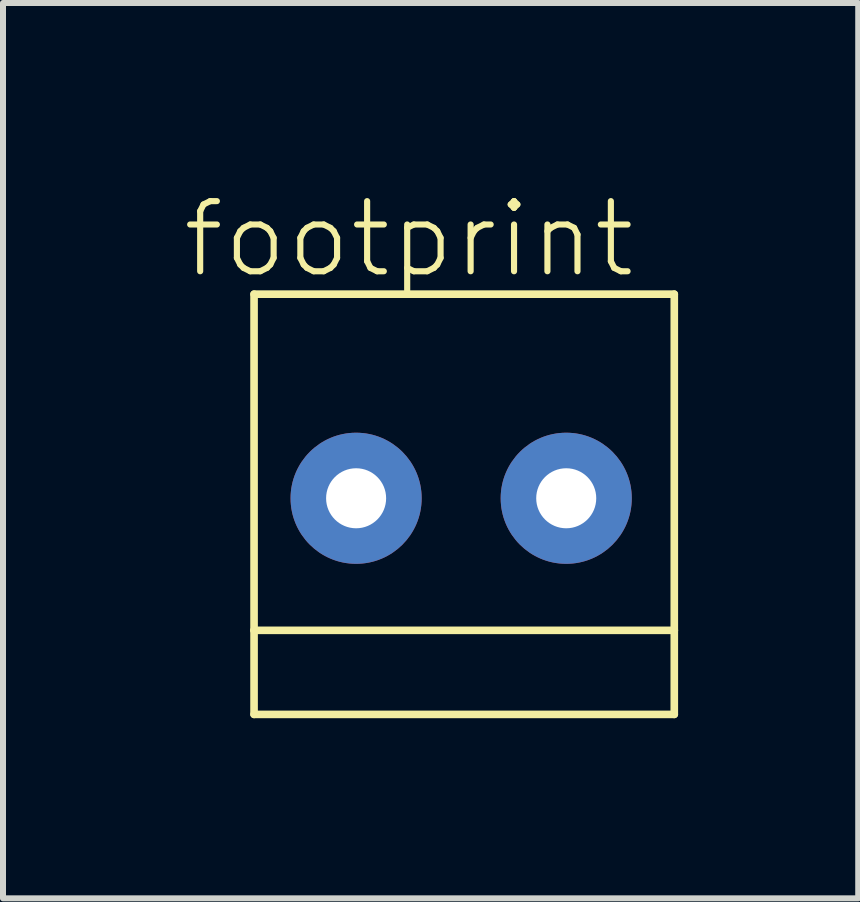
<source format=kicad_pcb>
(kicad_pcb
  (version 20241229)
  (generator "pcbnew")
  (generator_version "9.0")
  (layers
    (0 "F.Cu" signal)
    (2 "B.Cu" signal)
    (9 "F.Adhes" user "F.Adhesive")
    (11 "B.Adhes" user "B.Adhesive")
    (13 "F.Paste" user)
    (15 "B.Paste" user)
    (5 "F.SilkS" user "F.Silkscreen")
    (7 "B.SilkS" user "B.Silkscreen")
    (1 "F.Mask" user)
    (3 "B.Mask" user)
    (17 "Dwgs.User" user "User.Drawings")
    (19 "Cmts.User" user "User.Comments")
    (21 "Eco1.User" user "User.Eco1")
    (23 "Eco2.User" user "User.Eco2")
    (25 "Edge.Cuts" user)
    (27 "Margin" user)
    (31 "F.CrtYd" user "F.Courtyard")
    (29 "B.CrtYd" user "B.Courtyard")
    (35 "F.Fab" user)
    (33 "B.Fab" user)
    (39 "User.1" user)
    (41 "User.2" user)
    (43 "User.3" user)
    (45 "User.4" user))
  (footprint "footprint"
    (layer "F.Cu")
    (at 4.582 5.25)
    (property "Reference" "footprint" (at 3 -5 0) (layer "F.SilkS") (effects (font (size 1.168 1.168) (thickness 0.102)) (justify right top)))
    (fp_line (start -3.4 -3.4) (end -3.4 2.2) (stroke (width 0.127) (type solid)) (layer "F.SilkS"))
    (fp_line (start -3.4 2.2) (end -3.4 3.6) (stroke (width 0.127) (type solid)) (layer "F.SilkS"))
    (fp_line (start -3.4 2.2) (end 3.6 2.2) (stroke (width 0.127) (type solid)) (layer "F.SilkS"))
    (fp_line (start -3.4 3.6) (end 3.6 3.6) (stroke (width 0.127) (type solid)) (layer "F.SilkS"))
    (fp_line (start 3.6 -3.4) (end -3.4 -3.4) (stroke (width 0.127) (type solid)) (layer "F.SilkS"))
    (fp_line (start 3.6 2.2) (end 3.6 -3.4) (stroke (width 0.127) (type solid)) (layer "F.SilkS"))
    (fp_line (start 3.6 3.6) (end 3.6 2.2) (stroke (width 0.127) (type solid)) (layer "F.SilkS"))
    (pad "1" thru_hole circle (at 1.8 0) (size 2.184 2.184) (drill 1) (layers "*.Cu" "*.Mask"))
    (pad "2" thru_hole circle (at -1.7 0) (size 2.184 2.184) (drill 1) (layers "*.Cu" "*.Mask")))
  (gr_rect
    (start -3 -3)
    (end 11.246 11.914)
    (stroke (width 0.1) (type default))
    (fill no)
    (layer "Edge.Cuts")))
</source>
